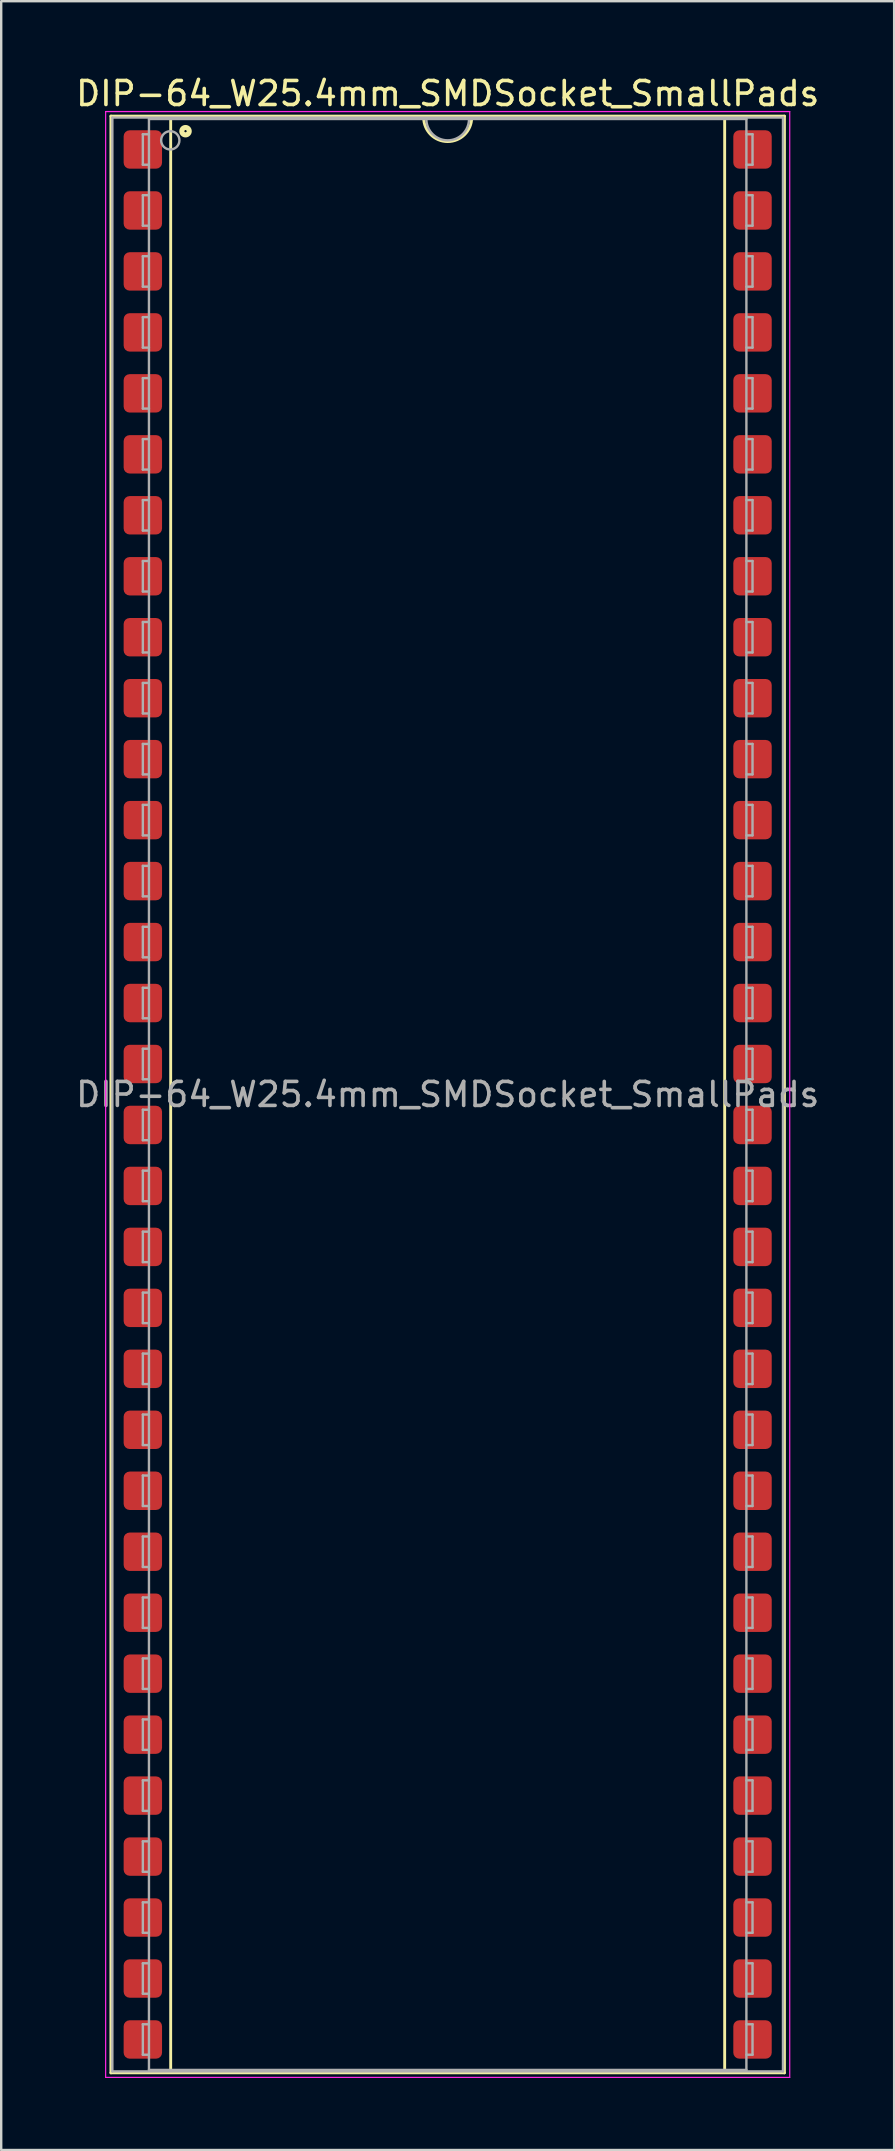
<source format=kicad_pcb>
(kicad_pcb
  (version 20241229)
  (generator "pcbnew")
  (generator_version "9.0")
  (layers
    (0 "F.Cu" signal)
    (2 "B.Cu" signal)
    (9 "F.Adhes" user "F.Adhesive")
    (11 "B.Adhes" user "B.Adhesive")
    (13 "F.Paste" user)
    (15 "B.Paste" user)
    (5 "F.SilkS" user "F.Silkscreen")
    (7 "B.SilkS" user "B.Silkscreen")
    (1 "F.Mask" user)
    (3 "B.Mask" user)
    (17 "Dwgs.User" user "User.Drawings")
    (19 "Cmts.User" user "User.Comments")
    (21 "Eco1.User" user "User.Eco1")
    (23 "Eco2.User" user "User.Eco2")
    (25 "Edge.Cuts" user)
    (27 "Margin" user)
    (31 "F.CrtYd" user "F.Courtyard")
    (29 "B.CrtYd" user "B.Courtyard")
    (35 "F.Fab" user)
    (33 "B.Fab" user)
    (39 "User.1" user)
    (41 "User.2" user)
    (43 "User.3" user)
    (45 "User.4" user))
  (footprint "DIP-64_W25.4mm_SMDSocket_SmallPads"
    (layer "F.Cu")
    (at 15.601 42.548)
    (property "Reference" "DIP-64_W25.4mm_SMDSocket_SmallPads" (at 0 -41.7 0) (layer "F.SilkS") (effects (font (size 1 1) (thickness 0.15))))
    (attr smd)
    (fp_line (start -14.03 -40.76) (end -14.03 40.76) (stroke (width 0.12) (type solid)) (layer "F.SilkS"))
    (fp_line (start -14.03 40.76) (end 14.03 40.76) (stroke (width 0.12) (type solid)) (layer "F.SilkS"))
    (fp_line (start -11.54 -40.7) (end -11.54 40.7) (stroke (width 0.12) (type solid)) (layer "F.SilkS"))
    (fp_line (start -11.54 40.7) (end 11.54 40.7) (stroke (width 0.12) (type solid)) (layer "F.SilkS"))
    (fp_line (start -1 -40.7) (end -11.54 -40.7) (stroke (width 0.12) (type solid)) (layer "F.SilkS"))
    (fp_line (start 11.54 -40.7) (end 1 -40.7) (stroke (width 0.12) (type solid)) (layer "F.SilkS"))
    (fp_line (start 11.54 40.7) (end 11.54 -40.7) (stroke (width 0.12) (type solid)) (layer "F.SilkS"))
    (fp_line (start 14.03 -40.76) (end -14.03 -40.76) (stroke (width 0.12) (type solid)) (layer "F.SilkS"))
    (fp_line (start 14.03 40.76) (end 14.03 -40.76) (stroke (width 0.12) (type solid)) (layer "F.SilkS"))
    (fp_arc (start 1 -40.7) (mid 0 -39.7) (end -1 -40.7) (stroke (width 0.12) (type solid)) (layer "F.SilkS"))
    (fp_circle (center -10.922 -40.132) (end -10.872 -40.132) (stroke (width 0.12) (type solid)) (fill no) (layer "F.SilkS"))
    (fp_circle (center -10.922 -40.132) (end -10.797 -40.132) (stroke (width 0.12) (type solid)) (fill no) (layer "F.SilkS"))
    (fp_circle (center -10.922 -40.132) (end -10.722 -40.132) (stroke (width 0.12) (type solid)) (fill no) (layer "F.SilkS"))
    (fp_line (start -14.25 -40.95) (end -14.25 40.95) (stroke (width 0.05) (type solid)) (layer "F.CrtYd"))
    (fp_line (start -14.25 40.95) (end 14.25 40.95) (stroke (width 0.05) (type solid)) (layer "F.CrtYd"))
    (fp_line (start 14.25 -40.95) (end -14.25 -40.95) (stroke (width 0.05) (type solid)) (layer "F.CrtYd"))
    (fp_line (start 14.25 40.95) (end 14.25 -40.95) (stroke (width 0.05) (type solid)) (layer "F.CrtYd"))
    (fp_line (start -13.97 -40.7) (end -13.97 40.7) (stroke (width 0.1) (type solid)) (layer "F.Fab"))
    (fp_line (start -13.97 40.7) (end 13.97 40.7) (stroke (width 0.1) (type solid)) (layer "F.Fab"))
    (fp_line (start -12.7 -40.005) (end -12.7 -38.735) (stroke (width 0.1) (type solid)) (layer "F.Fab"))
    (fp_line (start -12.7 -40.005) (end -12.446 -40.005) (stroke (width 0.1) (type solid)) (layer "F.Fab"))
    (fp_line (start -12.7 -38.735) (end -12.446 -38.735) (stroke (width 0.1) (type solid)) (layer "F.Fab"))
    (fp_line (start -12.7 -37.465) (end -12.7 -36.195) (stroke (width 0.1) (type solid)) (layer "F.Fab"))
    (fp_line (start -12.7 -37.465) (end -12.446 -37.465) (stroke (width 0.1) (type solid)) (layer "F.Fab"))
    (fp_line (start -12.7 -36.195) (end -12.446 -36.195) (stroke (width 0.1) (type solid)) (layer "F.Fab"))
    (fp_line (start -12.7 -34.925) (end -12.7 -33.655) (stroke (width 0.1) (type solid)) (layer "F.Fab"))
    (fp_line (start -12.7 -34.925) (end -12.446 -34.925) (stroke (width 0.1) (type solid)) (layer "F.Fab"))
    (fp_line (start -12.7 -33.655) (end -12.446 -33.655) (stroke (width 0.1) (type solid)) (layer "F.Fab"))
    (fp_line (start -12.7 -32.385) (end -12.7 -31.115) (stroke (width 0.1) (type solid)) (layer "F.Fab"))
    (fp_line (start -12.7 -32.385) (end -12.446 -32.385) (stroke (width 0.1) (type solid)) (layer "F.Fab"))
    (fp_line (start -12.7 -31.115) (end -12.446 -31.115) (stroke (width 0.1) (type solid)) (layer "F.Fab"))
    (fp_line (start -12.7 -29.845) (end -12.7 -28.575) (stroke (width 0.1) (type solid)) (layer "F.Fab"))
    (fp_line (start -12.7 -29.845) (end -12.446 -29.845) (stroke (width 0.1) (type solid)) (layer "F.Fab"))
    (fp_line (start -12.7 -28.575) (end -12.446 -28.575) (stroke (width 0.1) (type solid)) (layer "F.Fab"))
    (fp_line (start -12.7 -27.305) (end -12.7 -26.035) (stroke (width 0.1) (type solid)) (layer "F.Fab"))
    (fp_line (start -12.7 -27.305) (end -12.446 -27.305) (stroke (width 0.1) (type solid)) (layer "F.Fab"))
    (fp_line (start -12.7 -26.035) (end -12.446 -26.035) (stroke (width 0.1) (type solid)) (layer "F.Fab"))
    (fp_line (start -12.7 -24.765) (end -12.7 -23.495) (stroke (width 0.1) (type solid)) (layer "F.Fab"))
    (fp_line (start -12.7 -24.765) (end -12.446 -24.765) (stroke (width 0.1) (type solid)) (layer "F.Fab"))
    (fp_line (start -12.7 -23.495) (end -12.446 -23.495) (stroke (width 0.1) (type solid)) (layer "F.Fab"))
    (fp_line (start -12.7 -22.225) (end -12.7 -20.955) (stroke (width 0.1) (type solid)) (layer "F.Fab"))
    (fp_line (start -12.7 -22.225) (end -12.446 -22.225) (stroke (width 0.1) (type solid)) (layer "F.Fab"))
    (fp_line (start -12.7 -20.955) (end -12.446 -20.955) (stroke (width 0.1) (type solid)) (layer "F.Fab"))
    (fp_line (start -12.7 -19.685) (end -12.7 -18.415) (stroke (width 0.1) (type solid)) (layer "F.Fab"))
    (fp_line (start -12.7 -19.685) (end -12.446 -19.685) (stroke (width 0.1) (type solid)) (layer "F.Fab"))
    (fp_line (start -12.7 -18.415) (end -12.446 -18.415) (stroke (width 0.1) (type solid)) (layer "F.Fab"))
    (fp_line (start -12.7 -17.145) (end -12.7 -15.875) (stroke (width 0.1) (type solid)) (layer "F.Fab"))
    (fp_line (start -12.7 -17.145) (end -12.446 -17.145) (stroke (width 0.1) (type solid)) (layer "F.Fab"))
    (fp_line (start -12.7 -15.875) (end -12.446 -15.875) (stroke (width 0.1) (type solid)) (layer "F.Fab"))
    (fp_line (start -12.7 -14.605) (end -12.7 -13.335) (stroke (width 0.1) (type solid)) (layer "F.Fab"))
    (fp_line (start -12.7 -14.605) (end -12.446 -14.605) (stroke (width 0.1) (type solid)) (layer "F.Fab"))
    (fp_line (start -12.7 -13.335) (end -12.446 -13.335) (stroke (width 0.1) (type solid)) (layer "F.Fab"))
    (fp_line (start -12.7 -12.065) (end -12.7 -10.795) (stroke (width 0.1) (type solid)) (layer "F.Fab"))
    (fp_line (start -12.7 -12.065) (end -12.446 -12.065) (stroke (width 0.1) (type solid)) (layer "F.Fab"))
    (fp_line (start -12.7 -10.795) (end -12.446 -10.795) (stroke (width 0.1) (type solid)) (layer "F.Fab"))
    (fp_line (start -12.7 -9.525) (end -12.7 -8.255) (stroke (width 0.1) (type solid)) (layer "F.Fab"))
    (fp_line (start -12.7 -9.525) (end -12.446 -9.525) (stroke (width 0.1) (type solid)) (layer "F.Fab"))
    (fp_line (start -12.7 -8.255) (end -12.446 -8.255) (stroke (width 0.1) (type solid)) (layer "F.Fab"))
    (fp_line (start -12.7 -6.985) (end -12.7 -5.715) (stroke (width 0.1) (type solid)) (layer "F.Fab"))
    (fp_line (start -12.7 -6.985) (end -12.446 -6.985) (stroke (width 0.1) (type solid)) (layer "F.Fab"))
    (fp_line (start -12.7 -5.715) (end -12.446 -5.715) (stroke (width 0.1) (type solid)) (layer "F.Fab"))
    (fp_line (start -12.7 -4.445) (end -12.7 -3.175) (stroke (width 0.1) (type solid)) (layer "F.Fab"))
    (fp_line (start -12.7 -4.445) (end -12.446 -4.445) (stroke (width 0.1) (type solid)) (layer "F.Fab"))
    (fp_line (start -12.7 -3.175) (end -12.446 -3.175) (stroke (width 0.1) (type solid)) (layer "F.Fab"))
    (fp_line (start -12.7 -1.905) (end -12.7 -0.635) (stroke (width 0.1) (type solid)) (layer "F.Fab"))
    (fp_line (start -12.7 -1.905) (end -12.446 -1.905) (stroke (width 0.1) (type solid)) (layer "F.Fab"))
    (fp_line (start -12.7 -0.635) (end -12.446 -0.635) (stroke (width 0.1) (type solid)) (layer "F.Fab"))
    (fp_line (start -12.7 0.635) (end -12.7 1.905) (stroke (width 0.1) (type solid)) (layer "F.Fab"))
    (fp_line (start -12.7 0.635) (end -12.446 0.635) (stroke (width 0.1) (type solid)) (layer "F.Fab"))
    (fp_line (start -12.7 1.905) (end -12.446 1.905) (stroke (width 0.1) (type solid)) (layer "F.Fab"))
    (fp_line (start -12.7 3.175) (end -12.7 4.445) (stroke (width 0.1) (type solid)) (layer "F.Fab"))
    (fp_line (start -12.7 3.175) (end -12.446 3.175) (stroke (width 0.1) (type solid)) (layer "F.Fab"))
    (fp_line (start -12.7 4.445) (end -12.446 4.445) (stroke (width 0.1) (type solid)) (layer "F.Fab"))
    (fp_line (start -12.7 5.715) (end -12.7 6.985) (stroke (width 0.1) (type solid)) (layer "F.Fab"))
    (fp_line (start -12.7 5.715) (end -12.446 5.715) (stroke (width 0.1) (type solid)) (layer "F.Fab"))
    (fp_line (start -12.7 6.985) (end -12.446 6.985) (stroke (width 0.1) (type solid)) (layer "F.Fab"))
    (fp_line (start -12.7 8.255) (end -12.7 9.525) (stroke (width 0.1) (type solid)) (layer "F.Fab"))
    (fp_line (start -12.7 8.255) (end -12.446 8.255) (stroke (width 0.1) (type solid)) (layer "F.Fab"))
    (fp_line (start -12.7 9.525) (end -12.446 9.525) (stroke (width 0.1) (type solid)) (layer "F.Fab"))
    (fp_line (start -12.7 10.795) (end -12.7 12.065) (stroke (width 0.1) (type solid)) (layer "F.Fab"))
    (fp_line (start -12.7 10.795) (end -12.446 10.795) (stroke (width 0.1) (type solid)) (layer "F.Fab"))
    (fp_line (start -12.7 12.065) (end -12.446 12.065) (stroke (width 0.1) (type solid)) (layer "F.Fab"))
    (fp_line (start -12.7 13.335) (end -12.7 14.605) (stroke (width 0.1) (type solid)) (layer "F.Fab"))
    (fp_line (start -12.7 13.335) (end -12.446 13.335) (stroke (width 0.1) (type solid)) (layer "F.Fab"))
    (fp_line (start -12.7 14.605) (end -12.446 14.605) (stroke (width 0.1) (type solid)) (layer "F.Fab"))
    (fp_line (start -12.7 15.875) (end -12.7 17.145) (stroke (width 0.1) (type solid)) (layer "F.Fab"))
    (fp_line (start -12.7 15.875) (end -12.446 15.875) (stroke (width 0.1) (type solid)) (layer "F.Fab"))
    (fp_line (start -12.7 17.145) (end -12.446 17.145) (stroke (width 0.1) (type solid)) (layer "F.Fab"))
    (fp_line (start -12.7 18.415) (end -12.7 19.685) (stroke (width 0.1) (type solid)) (layer "F.Fab"))
    (fp_line (start -12.7 18.415) (end -12.446 18.415) (stroke (width 0.1) (type solid)) (layer "F.Fab"))
    (fp_line (start -12.7 19.685) (end -12.446 19.685) (stroke (width 0.1) (type solid)) (layer "F.Fab"))
    (fp_line (start -12.7 20.955) (end -12.7 22.225) (stroke (width 0.1) (type solid)) (layer "F.Fab"))
    (fp_line (start -12.7 20.955) (end -12.446 20.955) (stroke (width 0.1) (type solid)) (layer "F.Fab"))
    (fp_line (start -12.7 22.225) (end -12.446 22.225) (stroke (width 0.1) (type solid)) (layer "F.Fab"))
    (fp_line (start -12.7 23.495) (end -12.7 24.765) (stroke (width 0.1) (type solid)) (layer "F.Fab"))
    (fp_line (start -12.7 23.495) (end -12.446 23.495) (stroke (width 0.1) (type solid)) (layer "F.Fab"))
    (fp_line (start -12.7 24.765) (end -12.446 24.765) (stroke (width 0.1) (type solid)) (layer "F.Fab"))
    (fp_line (start -12.7 26.035) (end -12.7 27.305) (stroke (width 0.1) (type solid)) (layer "F.Fab"))
    (fp_line (start -12.7 26.035) (end -12.446 26.035) (stroke (width 0.1) (type solid)) (layer "F.Fab"))
    (fp_line (start -12.7 27.305) (end -12.446 27.305) (stroke (width 0.1) (type solid)) (layer "F.Fab"))
    (fp_line (start -12.7 28.575) (end -12.7 29.845) (stroke (width 0.1) (type solid)) (layer "F.Fab"))
    (fp_line (start -12.7 28.575) (end -12.446 28.575) (stroke (width 0.1) (type solid)) (layer "F.Fab"))
    (fp_line (start -12.7 29.845) (end -12.446 29.845) (stroke (width 0.1) (type solid)) (layer "F.Fab"))
    (fp_line (start -12.7 31.115) (end -12.7 32.385) (stroke (width 0.1) (type solid)) (layer "F.Fab"))
    (fp_line (start -12.7 31.115) (end -12.446 31.115) (stroke (width 0.1) (type solid)) (layer "F.Fab"))
    (fp_line (start -12.7 32.385) (end -12.446 32.385) (stroke (width 0.1) (type solid)) (layer "F.Fab"))
    (fp_line (start -12.7 33.655) (end -12.7 34.925) (stroke (width 0.1) (type solid)) (layer "F.Fab"))
    (fp_line (start -12.7 33.655) (end -12.446 33.655) (stroke (width 0.1) (type solid)) (layer "F.Fab"))
    (fp_line (start -12.7 34.925) (end -12.446 34.925) (stroke (width 0.1) (type solid)) (layer "F.Fab"))
    (fp_line (start -12.7 36.195) (end -12.7 37.465) (stroke (width 0.1) (type solid)) (layer "F.Fab"))
    (fp_line (start -12.7 36.195) (end -12.446 36.195) (stroke (width 0.1) (type solid)) (layer "F.Fab"))
    (fp_line (start -12.7 37.465) (end -12.446 37.465) (stroke (width 0.1) (type solid)) (layer "F.Fab"))
    (fp_line (start -12.7 38.735) (end -12.7 40.005) (stroke (width 0.1) (type solid)) (layer "F.Fab"))
    (fp_line (start -12.7 38.735) (end -12.446 38.735) (stroke (width 0.1) (type solid)) (layer "F.Fab"))
    (fp_line (start -12.7 40.005) (end -12.446 40.005) (stroke (width 0.1) (type solid)) (layer "F.Fab"))
    (fp_line (start -12.445 -40.64) (end 12.445 -40.64) (stroke (width 0.1) (type solid)) (layer "F.Fab"))
    (fp_line (start -12.445 40.64) (end -12.445 -40.64) (stroke (width 0.1) (type solid)) (layer "F.Fab"))
    (fp_line (start 12.445 -40.64) (end 12.445 40.64) (stroke (width 0.1) (type solid)) (layer "F.Fab"))
    (fp_line (start 12.445 40.64) (end -12.445 40.64) (stroke (width 0.1) (type solid)) (layer "F.Fab"))
    (fp_line (start 12.7 -40.005) (end 12.446 -40.005) (stroke (width 0.1) (type solid)) (layer "F.Fab"))
    (fp_line (start 12.7 -38.735) (end 12.446 -38.735) (stroke (width 0.1) (type solid)) (layer "F.Fab"))
    (fp_line (start 12.7 -38.735) (end 12.7 -40.005) (stroke (width 0.1) (type solid)) (layer "F.Fab"))
    (fp_line (start 12.7 -37.465) (end 12.446 -37.465) (stroke (width 0.1) (type solid)) (layer "F.Fab"))
    (fp_line (start 12.7 -36.195) (end 12.446 -36.195) (stroke (width 0.1) (type solid)) (layer "F.Fab"))
    (fp_line (start 12.7 -36.195) (end 12.7 -37.465) (stroke (width 0.1) (type solid)) (layer "F.Fab"))
    (fp_line (start 12.7 -34.925) (end 12.446 -34.925) (stroke (width 0.1) (type solid)) (layer "F.Fab"))
    (fp_line (start 12.7 -33.655) (end 12.446 -33.655) (stroke (width 0.1) (type solid)) (layer "F.Fab"))
    (fp_line (start 12.7 -33.655) (end 12.7 -34.925) (stroke (width 0.1) (type solid)) (layer "F.Fab"))
    (fp_line (start 12.7 -32.385) (end 12.446 -32.385) (stroke (width 0.1) (type solid)) (layer "F.Fab"))
    (fp_line (start 12.7 -31.115) (end 12.446 -31.115) (stroke (width 0.1) (type solid)) (layer "F.Fab"))
    (fp_line (start 12.7 -31.115) (end 12.7 -32.385) (stroke (width 0.1) (type solid)) (layer "F.Fab"))
    (fp_line (start 12.7 -29.845) (end 12.446 -29.845) (stroke (width 0.1) (type solid)) (layer "F.Fab"))
    (fp_line (start 12.7 -28.575) (end 12.446 -28.575) (stroke (width 0.1) (type solid)) (layer "F.Fab"))
    (fp_line (start 12.7 -28.575) (end 12.7 -29.845) (stroke (width 0.1) (type solid)) (layer "F.Fab"))
    (fp_line (start 12.7 -27.305) (end 12.446 -27.305) (stroke (width 0.1) (type solid)) (layer "F.Fab"))
    (fp_line (start 12.7 -26.035) (end 12.446 -26.035) (stroke (width 0.1) (type solid)) (layer "F.Fab"))
    (fp_line (start 12.7 -26.035) (end 12.7 -27.305) (stroke (width 0.1) (type solid)) (layer "F.Fab"))
    (fp_line (start 12.7 -24.765) (end 12.446 -24.765) (stroke (width 0.1) (type solid)) (layer "F.Fab"))
    (fp_line (start 12.7 -23.495) (end 12.446 -23.495) (stroke (width 0.1) (type solid)) (layer "F.Fab"))
    (fp_line (start 12.7 -23.495) (end 12.7 -24.765) (stroke (width 0.1) (type solid)) (layer "F.Fab"))
    (fp_line (start 12.7 -22.225) (end 12.446 -22.225) (stroke (width 0.1) (type solid)) (layer "F.Fab"))
    (fp_line (start 12.7 -20.955) (end 12.446 -20.955) (stroke (width 0.1) (type solid)) (layer "F.Fab"))
    (fp_line (start 12.7 -20.955) (end 12.7 -22.225) (stroke (width 0.1) (type solid)) (layer "F.Fab"))
    (fp_line (start 12.7 -19.685) (end 12.446 -19.685) (stroke (width 0.1) (type solid)) (layer "F.Fab"))
    (fp_line (start 12.7 -18.415) (end 12.446 -18.415) (stroke (width 0.1) (type solid)) (layer "F.Fab"))
    (fp_line (start 12.7 -18.415) (end 12.7 -19.685) (stroke (width 0.1) (type solid)) (layer "F.Fab"))
    (fp_line (start 12.7 -17.145) (end 12.446 -17.145) (stroke (width 0.1) (type solid)) (layer "F.Fab"))
    (fp_line (start 12.7 -15.875) (end 12.446 -15.875) (stroke (width 0.1) (type solid)) (layer "F.Fab"))
    (fp_line (start 12.7 -15.875) (end 12.7 -17.145) (stroke (width 0.1) (type solid)) (layer "F.Fab"))
    (fp_line (start 12.7 -14.605) (end 12.446 -14.605) (stroke (width 0.1) (type solid)) (layer "F.Fab"))
    (fp_line (start 12.7 -13.335) (end 12.446 -13.335) (stroke (width 0.1) (type solid)) (layer "F.Fab"))
    (fp_line (start 12.7 -13.335) (end 12.7 -14.605) (stroke (width 0.1) (type solid)) (layer "F.Fab"))
    (fp_line (start 12.7 -12.065) (end 12.446 -12.065) (stroke (width 0.1) (type solid)) (layer "F.Fab"))
    (fp_line (start 12.7 -10.795) (end 12.446 -10.795) (stroke (width 0.1) (type solid)) (layer "F.Fab"))
    (fp_line (start 12.7 -10.795) (end 12.7 -12.065) (stroke (width 0.1) (type solid)) (layer "F.Fab"))
    (fp_line (start 12.7 -9.525) (end 12.446 -9.525) (stroke (width 0.1) (type solid)) (layer "F.Fab"))
    (fp_line (start 12.7 -8.255) (end 12.446 -8.255) (stroke (width 0.1) (type solid)) (layer "F.Fab"))
    (fp_line (start 12.7 -8.255) (end 12.7 -9.525) (stroke (width 0.1) (type solid)) (layer "F.Fab"))
    (fp_line (start 12.7 -6.985) (end 12.446 -6.985) (stroke (width 0.1) (type solid)) (layer "F.Fab"))
    (fp_line (start 12.7 -5.715) (end 12.446 -5.715) (stroke (width 0.1) (type solid)) (layer "F.Fab"))
    (fp_line (start 12.7 -5.715) (end 12.7 -6.985) (stroke (width 0.1) (type solid)) (layer "F.Fab"))
    (fp_line (start 12.7 -4.445) (end 12.446 -4.445) (stroke (width 0.1) (type solid)) (layer "F.Fab"))
    (fp_line (start 12.7 -3.175) (end 12.446 -3.175) (stroke (width 0.1) (type solid)) (layer "F.Fab"))
    (fp_line (start 12.7 -3.175) (end 12.7 -4.445) (stroke (width 0.1) (type solid)) (layer "F.Fab"))
    (fp_line (start 12.7 -1.905) (end 12.446 -1.905) (stroke (width 0.1) (type solid)) (layer "F.Fab"))
    (fp_line (start 12.7 -0.635) (end 12.446 -0.635) (stroke (width 0.1) (type solid)) (layer "F.Fab"))
    (fp_line (start 12.7 -0.635) (end 12.7 -1.905) (stroke (width 0.1) (type solid)) (layer "F.Fab"))
    (fp_line (start 12.7 0.635) (end 12.446 0.635) (stroke (width 0.1) (type solid)) (layer "F.Fab"))
    (fp_line (start 12.7 1.905) (end 12.446 1.905) (stroke (width 0.1) (type solid)) (layer "F.Fab"))
    (fp_line (start 12.7 1.905) (end 12.7 0.635) (stroke (width 0.1) (type solid)) (layer "F.Fab"))
    (fp_line (start 12.7 3.175) (end 12.446 3.175) (stroke (width 0.1) (type solid)) (layer "F.Fab"))
    (fp_line (start 12.7 4.445) (end 12.446 4.445) (stroke (width 0.1) (type solid)) (layer "F.Fab"))
    (fp_line (start 12.7 4.445) (end 12.7 3.175) (stroke (width 0.1) (type solid)) (layer "F.Fab"))
    (fp_line (start 12.7 5.715) (end 12.446 5.715) (stroke (width 0.1) (type solid)) (layer "F.Fab"))
    (fp_line (start 12.7 6.985) (end 12.446 6.985) (stroke (width 0.1) (type solid)) (layer "F.Fab"))
    (fp_line (start 12.7 6.985) (end 12.7 5.715) (stroke (width 0.1) (type solid)) (layer "F.Fab"))
    (fp_line (start 12.7 8.255) (end 12.446 8.255) (stroke (width 0.1) (type solid)) (layer "F.Fab"))
    (fp_line (start 12.7 9.525) (end 12.446 9.525) (stroke (width 0.1) (type solid)) (layer "F.Fab"))
    (fp_line (start 12.7 9.525) (end 12.7 8.255) (stroke (width 0.1) (type solid)) (layer "F.Fab"))
    (fp_line (start 12.7 10.795) (end 12.446 10.795) (stroke (width 0.1) (type solid)) (layer "F.Fab"))
    (fp_line (start 12.7 12.065) (end 12.446 12.065) (stroke (width 0.1) (type solid)) (layer "F.Fab"))
    (fp_line (start 12.7 12.065) (end 12.7 10.795) (stroke (width 0.1) (type solid)) (layer "F.Fab"))
    (fp_line (start 12.7 13.335) (end 12.446 13.335) (stroke (width 0.1) (type solid)) (layer "F.Fab"))
    (fp_line (start 12.7 14.605) (end 12.446 14.605) (stroke (width 0.1) (type solid)) (layer "F.Fab"))
    (fp_line (start 12.7 14.605) (end 12.7 13.335) (stroke (width 0.1) (type solid)) (layer "F.Fab"))
    (fp_line (start 12.7 15.875) (end 12.446 15.875) (stroke (width 0.1) (type solid)) (layer "F.Fab"))
    (fp_line (start 12.7 17.145) (end 12.446 17.145) (stroke (width 0.1) (type solid)) (layer "F.Fab"))
    (fp_line (start 12.7 17.145) (end 12.7 15.875) (stroke (width 0.1) (type solid)) (layer "F.Fab"))
    (fp_line (start 12.7 18.415) (end 12.446 18.415) (stroke (width 0.1) (type solid)) (layer "F.Fab"))
    (fp_line (start 12.7 19.685) (end 12.446 19.685) (stroke (width 0.1) (type solid)) (layer "F.Fab"))
    (fp_line (start 12.7 19.685) (end 12.7 18.415) (stroke (width 0.1) (type solid)) (layer "F.Fab"))
    (fp_line (start 12.7 20.955) (end 12.446 20.955) (stroke (width 0.1) (type solid)) (layer "F.Fab"))
    (fp_line (start 12.7 22.225) (end 12.446 22.225) (stroke (width 0.1) (type solid)) (layer "F.Fab"))
    (fp_line (start 12.7 22.225) (end 12.7 20.955) (stroke (width 0.1) (type solid)) (layer "F.Fab"))
    (fp_line (start 12.7 23.495) (end 12.446 23.495) (stroke (width 0.1) (type solid)) (layer "F.Fab"))
    (fp_line (start 12.7 24.765) (end 12.446 24.765) (stroke (width 0.1) (type solid)) (layer "F.Fab"))
    (fp_line (start 12.7 24.765) (end 12.7 23.495) (stroke (width 0.1) (type solid)) (layer "F.Fab"))
    (fp_line (start 12.7 26.035) (end 12.446 26.035) (stroke (width 0.1) (type solid)) (layer "F.Fab"))
    (fp_line (start 12.7 27.305) (end 12.446 27.305) (stroke (width 0.1) (type solid)) (layer "F.Fab"))
    (fp_line (start 12.7 27.305) (end 12.7 26.035) (stroke (width 0.1) (type solid)) (layer "F.Fab"))
    (fp_line (start 12.7 28.575) (end 12.446 28.575) (stroke (width 0.1) (type solid)) (layer "F.Fab"))
    (fp_line (start 12.7 29.845) (end 12.446 29.845) (stroke (width 0.1) (type solid)) (layer "F.Fab"))
    (fp_line (start 12.7 29.845) (end 12.7 28.575) (stroke (width 0.1) (type solid)) (layer "F.Fab"))
    (fp_line (start 12.7 31.115) (end 12.446 31.115) (stroke (width 0.1) (type solid)) (layer "F.Fab"))
    (fp_line (start 12.7 32.385) (end 12.446 32.385) (stroke (width 0.1) (type solid)) (layer "F.Fab"))
    (fp_line (start 12.7 32.385) (end 12.7 31.115) (stroke (width 0.1) (type solid)) (layer "F.Fab"))
    (fp_line (start 12.7 33.655) (end 12.446 33.655) (stroke (width 0.1) (type solid)) (layer "F.Fab"))
    (fp_line (start 12.7 34.925) (end 12.446 34.925) (stroke (width 0.1) (type solid)) (layer "F.Fab"))
    (fp_line (start 12.7 34.925) (end 12.7 33.655) (stroke (width 0.1) (type solid)) (layer "F.Fab"))
    (fp_line (start 12.7 36.195) (end 12.446 36.195) (stroke (width 0.1) (type solid)) (layer "F.Fab"))
    (fp_line (start 12.7 37.465) (end 12.446 37.465) (stroke (width 0.1) (type solid)) (layer "F.Fab"))
    (fp_line (start 12.7 37.465) (end 12.7 36.195) (stroke (width 0.1) (type solid)) (layer "F.Fab"))
    (fp_line (start 12.7 38.735) (end 12.446 38.735) (stroke (width 0.1) (type solid)) (layer "F.Fab"))
    (fp_line (start 12.7 40.005) (end 12.446 40.005) (stroke (width 0.1) (type solid)) (layer "F.Fab"))
    (fp_line (start 12.7 40.005) (end 12.7 38.735) (stroke (width 0.1) (type solid)) (layer "F.Fab"))
    (fp_line (start 13.97 -40.7) (end -13.97 -40.7) (stroke (width 0.1) (type solid)) (layer "F.Fab"))
    (fp_line (start 13.97 40.7) (end 13.97 -40.7) (stroke (width 0.1) (type solid)) (layer "F.Fab"))
    (fp_arc (start 0.889 -40.64) (mid 0 -39.751) (end -0.889 -40.64) (stroke (width 0.1) (type solid)) (layer "F.Fab"))
    (fp_circle (center -11.557 -39.751) (end -11.176 -39.751) (stroke (width 0.1) (type solid)) (fill no) (layer "F.Fab"))
    (fp_text user "${REFERENCE}" (at 0 0 0) (layer "F.Fab") (effects (font (size 1 1) (thickness 0.15))))
    (pad "1" smd roundrect (at -12.7 -39.37) (size 1.6 1.6) (layers "F.Cu" "F.Mask" "F.Paste") (roundrect_rratio 0.156))
    (pad "2" smd roundrect (at -12.7 -36.83) (size 1.6 1.6) (layers "F.Cu" "F.Mask" "F.Paste") (roundrect_rratio 0.156))
    (pad "3" smd roundrect (at -12.7 -34.29) (size 1.6 1.6) (layers "F.Cu" "F.Mask" "F.Paste") (roundrect_rratio 0.156))
    (pad "4" smd roundrect (at -12.7 -31.75) (size 1.6 1.6) (layers "F.Cu" "F.Mask" "F.Paste") (roundrect_rratio 0.156))
    (pad "5" smd roundrect (at -12.7 -29.21) (size 1.6 1.6) (layers "F.Cu" "F.Mask" "F.Paste") (roundrect_rratio 0.156))
    (pad "6" smd roundrect (at -12.7 -26.67) (size 1.6 1.6) (layers "F.Cu" "F.Mask" "F.Paste") (roundrect_rratio 0.156))
    (pad "7" smd roundrect (at -12.7 -24.13) (size 1.6 1.6) (layers "F.Cu" "F.Mask" "F.Paste") (roundrect_rratio 0.156))
    (pad "8" smd roundrect (at -12.7 -21.59) (size 1.6 1.6) (layers "F.Cu" "F.Mask" "F.Paste") (roundrect_rratio 0.156))
    (pad "9" smd roundrect (at -12.7 -19.05) (size 1.6 1.6) (layers "F.Cu" "F.Mask" "F.Paste") (roundrect_rratio 0.156))
    (pad "10" smd roundrect (at -12.7 -16.51) (size 1.6 1.6) (layers "F.Cu" "F.Mask" "F.Paste") (roundrect_rratio 0.156))
    (pad "11" smd roundrect (at -12.7 -13.97) (size 1.6 1.6) (layers "F.Cu" "F.Mask" "F.Paste") (roundrect_rratio 0.156))
    (pad "12" smd roundrect (at -12.7 -11.43) (size 1.6 1.6) (layers "F.Cu" "F.Mask" "F.Paste") (roundrect_rratio 0.156))
    (pad "13" smd roundrect (at -12.7 -8.89) (size 1.6 1.6) (layers "F.Cu" "F.Mask" "F.Paste") (roundrect_rratio 0.156))
    (pad "14" smd roundrect (at -12.7 -6.35) (size 1.6 1.6) (layers "F.Cu" "F.Mask" "F.Paste") (roundrect_rratio 0.156))
    (pad "15" smd roundrect (at -12.7 -3.81) (size 1.6 1.6) (layers "F.Cu" "F.Mask" "F.Paste") (roundrect_rratio 0.156))
    (pad "16" smd roundrect (at -12.7 -1.27) (size 1.6 1.6) (layers "F.Cu" "F.Mask" "F.Paste") (roundrect_rratio 0.156))
    (pad "17" smd roundrect (at -12.7 1.27) (size 1.6 1.6) (layers "F.Cu" "F.Mask" "F.Paste") (roundrect_rratio 0.156))
    (pad "18" smd roundrect (at -12.7 3.81) (size 1.6 1.6) (layers "F.Cu" "F.Mask" "F.Paste") (roundrect_rratio 0.156))
    (pad "19" smd roundrect (at -12.7 6.35) (size 1.6 1.6) (layers "F.Cu" "F.Mask" "F.Paste") (roundrect_rratio 0.156))
    (pad "20" smd roundrect (at -12.7 8.89) (size 1.6 1.6) (layers "F.Cu" "F.Mask" "F.Paste") (roundrect_rratio 0.156))
    (pad "21" smd roundrect (at -12.7 11.43) (size 1.6 1.6) (layers "F.Cu" "F.Mask" "F.Paste") (roundrect_rratio 0.156))
    (pad "22" smd roundrect (at -12.7 13.97) (size 1.6 1.6) (layers "F.Cu" "F.Mask" "F.Paste") (roundrect_rratio 0.156))
    (pad "23" smd roundrect (at -12.7 16.51) (size 1.6 1.6) (layers "F.Cu" "F.Mask" "F.Paste") (roundrect_rratio 0.156))
    (pad "24" smd roundrect (at -12.7 19.05) (size 1.6 1.6) (layers "F.Cu" "F.Mask" "F.Paste") (roundrect_rratio 0.156))
    (pad "25" smd roundrect (at -12.7 21.59) (size 1.6 1.6) (layers "F.Cu" "F.Mask" "F.Paste") (roundrect_rratio 0.156))
    (pad "26" smd roundrect (at -12.7 24.13) (size 1.6 1.6) (layers "F.Cu" "F.Mask" "F.Paste") (roundrect_rratio 0.156))
    (pad "27" smd roundrect (at -12.7 26.67) (size 1.6 1.6) (layers "F.Cu" "F.Mask" "F.Paste") (roundrect_rratio 0.156))
    (pad "28" smd roundrect (at -12.7 29.21) (size 1.6 1.6) (layers "F.Cu" "F.Mask" "F.Paste") (roundrect_rratio 0.156))
    (pad "29" smd roundrect (at -12.7 31.75) (size 1.6 1.6) (layers "F.Cu" "F.Mask" "F.Paste") (roundrect_rratio 0.156))
    (pad "30" smd roundrect (at -12.7 34.29) (size 1.6 1.6) (layers "F.Cu" "F.Mask" "F.Paste") (roundrect_rratio 0.156))
    (pad "31" smd roundrect (at -12.7 36.83) (size 1.6 1.6) (layers "F.Cu" "F.Mask" "F.Paste") (roundrect_rratio 0.156))
    (pad "32" smd roundrect (at -12.7 39.37) (size 1.6 1.6) (layers "F.Cu" "F.Mask" "F.Paste") (roundrect_rratio 0.156))
    (pad "33" smd roundrect (at 12.7 39.37) (size 1.6 1.6) (layers "F.Cu" "F.Mask" "F.Paste") (roundrect_rratio 0.156))
    (pad "34" smd roundrect (at 12.7 36.83) (size 1.6 1.6) (layers "F.Cu" "F.Mask" "F.Paste") (roundrect_rratio 0.156))
    (pad "35" smd roundrect (at 12.7 34.29) (size 1.6 1.6) (layers "F.Cu" "F.Mask" "F.Paste") (roundrect_rratio 0.156))
    (pad "36" smd roundrect (at 12.7 31.75) (size 1.6 1.6) (layers "F.Cu" "F.Mask" "F.Paste") (roundrect_rratio 0.156))
    (pad "37" smd roundrect (at 12.7 29.21) (size 1.6 1.6) (layers "F.Cu" "F.Mask" "F.Paste") (roundrect_rratio 0.156))
    (pad "38" smd roundrect (at 12.7 26.67) (size 1.6 1.6) (layers "F.Cu" "F.Mask" "F.Paste") (roundrect_rratio 0.156))
    (pad "39" smd roundrect (at 12.7 24.13) (size 1.6 1.6) (layers "F.Cu" "F.Mask" "F.Paste") (roundrect_rratio 0.156))
    (pad "40" smd roundrect (at 12.7 21.59) (size 1.6 1.6) (layers "F.Cu" "F.Mask" "F.Paste") (roundrect_rratio 0.156))
    (pad "41" smd roundrect (at 12.7 19.05) (size 1.6 1.6) (layers "F.Cu" "F.Mask" "F.Paste") (roundrect_rratio 0.156))
    (pad "42" smd roundrect (at 12.7 16.51) (size 1.6 1.6) (layers "F.Cu" "F.Mask" "F.Paste") (roundrect_rratio 0.156))
    (pad "43" smd roundrect (at 12.7 13.97) (size 1.6 1.6) (layers "F.Cu" "F.Mask" "F.Paste") (roundrect_rratio 0.156))
    (pad "44" smd roundrect (at 12.7 11.43) (size 1.6 1.6) (layers "F.Cu" "F.Mask" "F.Paste") (roundrect_rratio 0.156))
    (pad "45" smd roundrect (at 12.7 8.89) (size 1.6 1.6) (layers "F.Cu" "F.Mask" "F.Paste") (roundrect_rratio 0.156))
    (pad "46" smd roundrect (at 12.7 6.35) (size 1.6 1.6) (layers "F.Cu" "F.Mask" "F.Paste") (roundrect_rratio 0.156))
    (pad "47" smd roundrect (at 12.7 3.81) (size 1.6 1.6) (layers "F.Cu" "F.Mask" "F.Paste") (roundrect_rratio 0.156))
    (pad "48" smd roundrect (at 12.7 1.27) (size 1.6 1.6) (layers "F.Cu" "F.Mask" "F.Paste") (roundrect_rratio 0.156))
    (pad "49" smd roundrect (at 12.7 -1.27) (size 1.6 1.6) (layers "F.Cu" "F.Mask" "F.Paste") (roundrect_rratio 0.156))
    (pad "50" smd roundrect (at 12.7 -3.81) (size 1.6 1.6) (layers "F.Cu" "F.Mask" "F.Paste") (roundrect_rratio 0.156))
    (pad "51" smd roundrect (at 12.7 -6.35) (size 1.6 1.6) (layers "F.Cu" "F.Mask" "F.Paste") (roundrect_rratio 0.156))
    (pad "52" smd roundrect (at 12.7 -8.89) (size 1.6 1.6) (layers "F.Cu" "F.Mask" "F.Paste") (roundrect_rratio 0.156))
    (pad "53" smd roundrect (at 12.7 -11.43) (size 1.6 1.6) (layers "F.Cu" "F.Mask" "F.Paste") (roundrect_rratio 0.156))
    (pad "54" smd roundrect (at 12.7 -13.97) (size 1.6 1.6) (layers "F.Cu" "F.Mask" "F.Paste") (roundrect_rratio 0.156))
    (pad "55" smd roundrect (at 12.7 -16.51) (size 1.6 1.6) (layers "F.Cu" "F.Mask" "F.Paste") (roundrect_rratio 0.156))
    (pad "56" smd roundrect (at 12.7 -19.05) (size 1.6 1.6) (layers "F.Cu" "F.Mask" "F.Paste") (roundrect_rratio 0.156))
    (pad "57" smd roundrect (at 12.7 -21.59) (size 1.6 1.6) (layers "F.Cu" "F.Mask" "F.Paste") (roundrect_rratio 0.156))
    (pad "58" smd roundrect (at 12.7 -24.13) (size 1.6 1.6) (layers "F.Cu" "F.Mask" "F.Paste") (roundrect_rratio 0.156))
    (pad "59" smd roundrect (at 12.7 -26.67) (size 1.6 1.6) (layers "F.Cu" "F.Mask" "F.Paste") (roundrect_rratio 0.156))
    (pad "60" smd roundrect (at 12.7 -29.21) (size 1.6 1.6) (layers "F.Cu" "F.Mask" "F.Paste") (roundrect_rratio 0.156))
    (pad "61" smd roundrect (at 12.7 -31.75) (size 1.6 1.6) (layers "F.Cu" "F.Mask" "F.Paste") (roundrect_rratio 0.156))
    (pad "62" smd roundrect (at 12.7 -34.29) (size 1.6 1.6) (layers "F.Cu" "F.Mask" "F.Paste") (roundrect_rratio 0.156))
    (pad "63" smd roundrect (at 12.7 -36.83) (size 1.6 1.6) (layers "F.Cu" "F.Mask" "F.Paste") (roundrect_rratio 0.156))
    (pad "64" smd roundrect (at 12.7 -39.37) (size 1.6 1.6) (layers "F.Cu" "F.Mask" "F.Paste") (roundrect_rratio 0.156)))
  (gr_rect
    (start -3 -3)
    (end 34.202 86.523)
    (stroke (width 0.1) (type default))
    (fill no)
    (layer "Edge.Cuts")))
</source>
